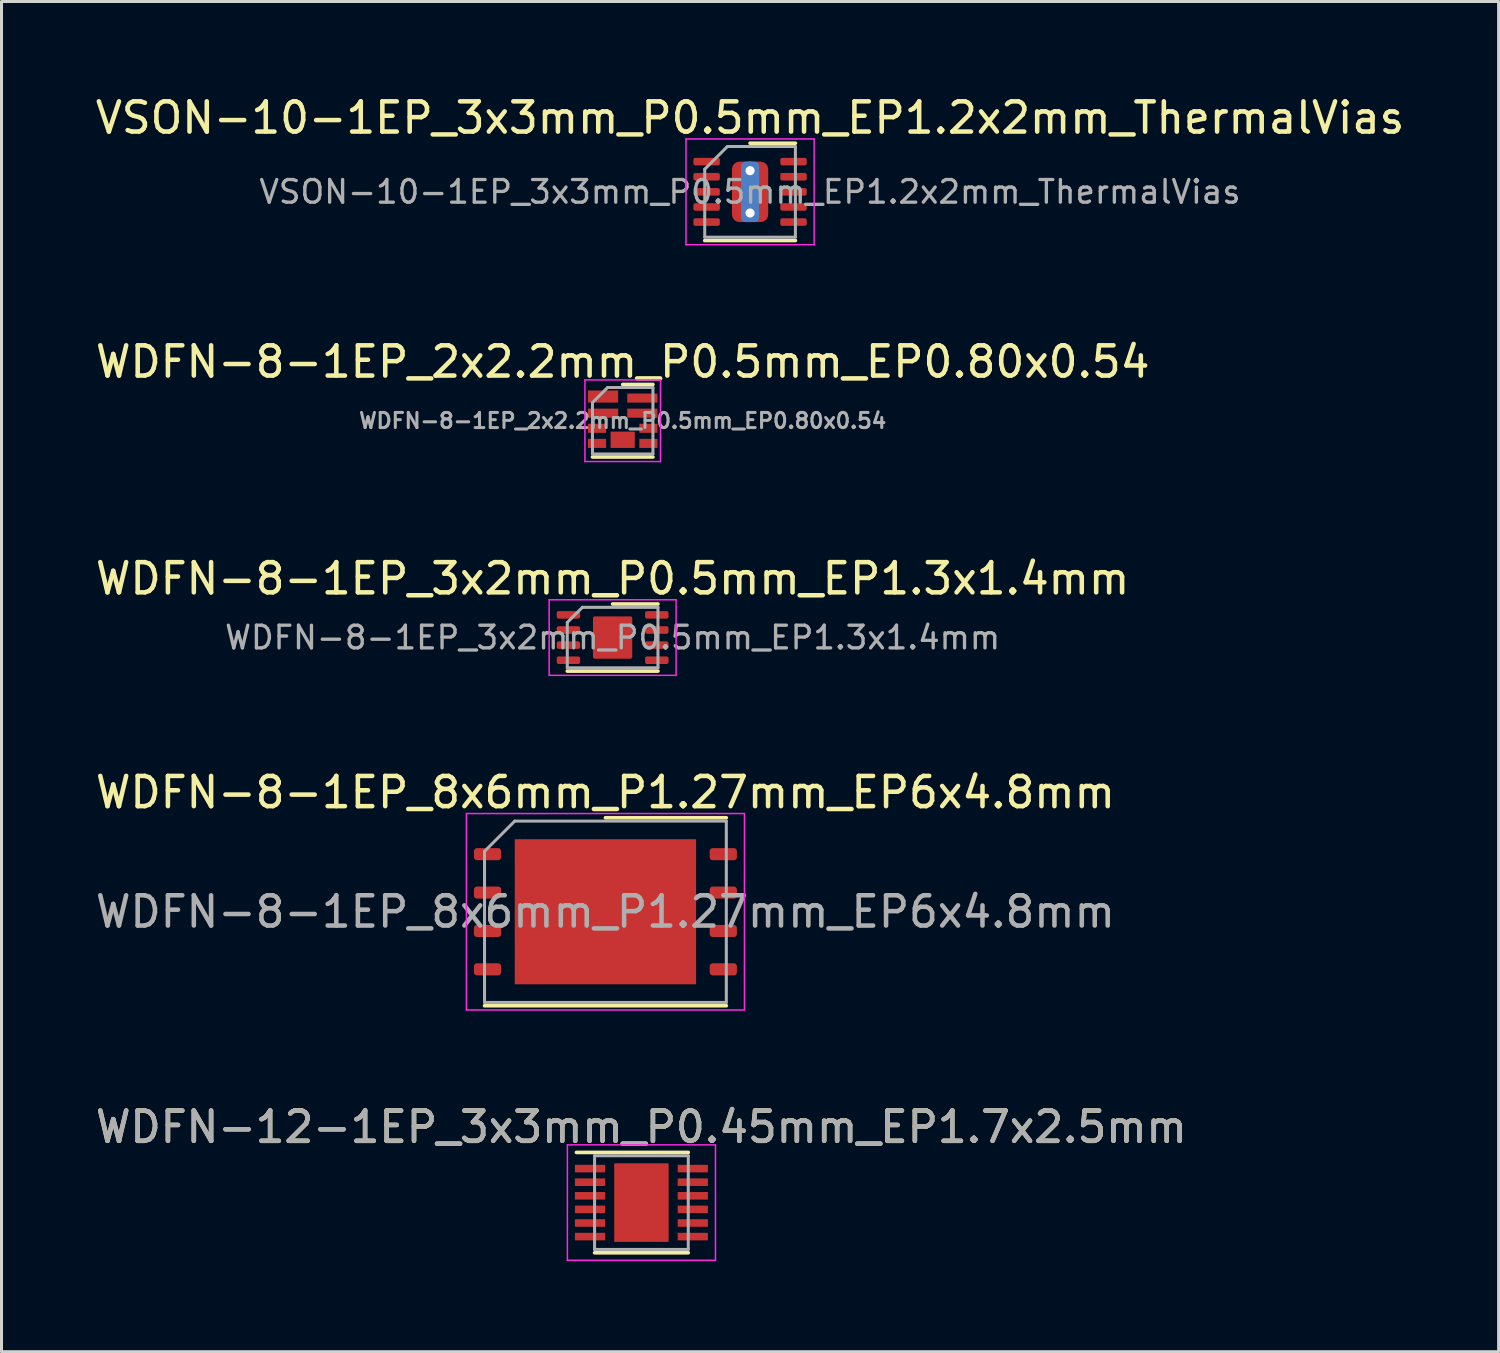
<source format=kicad_pcb>
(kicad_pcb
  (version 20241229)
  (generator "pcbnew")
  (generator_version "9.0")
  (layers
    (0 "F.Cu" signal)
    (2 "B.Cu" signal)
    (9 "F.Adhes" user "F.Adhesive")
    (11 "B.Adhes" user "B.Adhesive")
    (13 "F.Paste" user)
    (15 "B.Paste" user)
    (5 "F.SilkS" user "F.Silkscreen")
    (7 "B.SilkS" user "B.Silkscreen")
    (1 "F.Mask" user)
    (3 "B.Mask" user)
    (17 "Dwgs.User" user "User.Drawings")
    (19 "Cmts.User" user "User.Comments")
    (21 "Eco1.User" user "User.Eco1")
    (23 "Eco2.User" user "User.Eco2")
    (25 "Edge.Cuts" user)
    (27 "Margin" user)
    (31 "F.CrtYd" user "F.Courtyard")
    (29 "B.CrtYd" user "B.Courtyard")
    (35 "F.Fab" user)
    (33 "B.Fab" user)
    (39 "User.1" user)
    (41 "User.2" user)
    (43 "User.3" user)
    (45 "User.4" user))
  (footprint "WDFN-8-1EP_8x6mm_P1.27mm_EP6x4.8mm"
    (layer "F.Cu")
    (at 16.982 27.118)
    (property "Reference" "WDFN-8-1EP_8x6mm_P1.27mm_EP6x4.8mm" (at 0 -3.95 0) (layer "F.SilkS") (effects (font (size 1 1) (thickness 0.15))))
    (attr smd)
    (fp_line (start -4 3.11) (end 4 3.11) (stroke (width 0.12) (type solid)) (layer "F.SilkS"))
    (fp_line (start 0 -3.11) (end 4 -3.11) (stroke (width 0.12) (type solid)) (layer "F.SilkS"))
    (fp_line (start -4.6 -3.25) (end -4.6 3.25) (stroke (width 0.05) (type solid)) (layer "F.CrtYd"))
    (fp_line (start -4.6 3.25) (end 4.6 3.25) (stroke (width 0.05) (type solid)) (layer "F.CrtYd"))
    (fp_line (start 4.6 -3.25) (end -4.6 -3.25) (stroke (width 0.05) (type solid)) (layer "F.CrtYd"))
    (fp_line (start 4.6 3.25) (end 4.6 -3.25) (stroke (width 0.05) (type solid)) (layer "F.CrtYd"))
    (fp_line (start -4 -2) (end -3 -3) (stroke (width 0.1) (type solid)) (layer "F.Fab"))
    (fp_line (start -4 3) (end -4 -2) (stroke (width 0.1) (type solid)) (layer "F.Fab"))
    (fp_line (start -3 -3) (end 4 -3) (stroke (width 0.1) (type solid)) (layer "F.Fab"))
    (fp_line (start 4 -3) (end 4 3) (stroke (width 0.1) (type solid)) (layer "F.Fab"))
    (fp_line (start 4 3) (end -4 3) (stroke (width 0.1) (type solid)) (layer "F.Fab"))
    (fp_text user "${REFERENCE}" (at 0 0 0) (layer "F.Fab") (effects (font (size 1 1) (thickness 0.15))))
    (pad "" smd roundrect (at -1.5 -1.2) (size 2.42 1.93) (layers "F.Paste") (roundrect_rratio 0.13))
    (pad "" smd roundrect (at -1.5 1.2) (size 2.42 1.93) (layers "F.Paste") (roundrect_rratio 0.13))
    (pad "" smd roundrect (at 1.5 -1.2) (size 2.42 1.93) (layers "F.Paste") (roundrect_rratio 0.13))
    (pad "" smd roundrect (at 1.5 1.2) (size 2.42 1.93) (layers "F.Paste") (roundrect_rratio 0.13))
    (pad "1" smd roundrect (at -3.9 -1.905) (size 0.9 0.4) (layers "F.Cu" "F.Mask" "F.Paste") (roundrect_rratio 0.25))
    (pad "2" smd roundrect (at -3.9 -0.635) (size 0.9 0.4) (layers "F.Cu" "F.Mask" "F.Paste") (roundrect_rratio 0.25))
    (pad "3" smd roundrect (at -3.9 0.635) (size 0.9 0.4) (layers "F.Cu" "F.Mask" "F.Paste") (roundrect_rratio 0.25))
    (pad "4" smd roundrect (at -3.9 1.905) (size 0.9 0.4) (layers "F.Cu" "F.Mask" "F.Paste") (roundrect_rratio 0.25))
    (pad "5" smd roundrect (at 3.9 1.905) (size 0.9 0.4) (layers "F.Cu" "F.Mask" "F.Paste") (roundrect_rratio 0.25))
    (pad "6" smd roundrect (at 3.9 0.635) (size 0.9 0.4) (layers "F.Cu" "F.Mask" "F.Paste") (roundrect_rratio 0.25))
    (pad "7" smd roundrect (at 3.9 -0.635) (size 0.9 0.4) (layers "F.Cu" "F.Mask" "F.Paste") (roundrect_rratio 0.25))
    (pad "8" smd roundrect (at 3.9 -1.905) (size 0.9 0.4) (layers "F.Cu" "F.Mask" "F.Paste") (roundrect_rratio 0.25))
    (pad "9" smd rect (at 0 0) (size 6 4.8) (layers "F.Cu" "F.Mask")))
  (footprint "WDFN-8-1EP_3x2mm_P0.5mm_EP1.3x1.4mm"
    (layer "F.Cu")
    (at 17.22 18.045)
    (property "Reference" "WDFN-8-1EP_3x2mm_P0.5mm_EP1.3x1.4mm" (at 0 -1.95 0) (layer "F.SilkS") (effects (font (size 1 1) (thickness 0.15))))
    (attr smd)
    (fp_line (start -1.5 1.11) (end 1.5 1.11) (stroke (width 0.12) (type solid)) (layer "F.SilkS"))
    (fp_line (start 0 -1.11) (end 1.5 -1.11) (stroke (width 0.12) (type solid)) (layer "F.SilkS"))
    (fp_line (start -2.1 -1.25) (end -2.1 1.25) (stroke (width 0.05) (type solid)) (layer "F.CrtYd"))
    (fp_line (start -2.1 1.25) (end 2.1 1.25) (stroke (width 0.05) (type solid)) (layer "F.CrtYd"))
    (fp_line (start 2.1 -1.25) (end -2.1 -1.25) (stroke (width 0.05) (type solid)) (layer "F.CrtYd"))
    (fp_line (start 2.1 1.25) (end 2.1 -1.25) (stroke (width 0.05) (type solid)) (layer "F.CrtYd"))
    (fp_line (start -1.5 -0.5) (end -1 -1) (stroke (width 0.1) (type solid)) (layer "F.Fab"))
    (fp_line (start -1.5 1) (end -1.5 -0.5) (stroke (width 0.1) (type solid)) (layer "F.Fab"))
    (fp_line (start -1 -1) (end 1.5 -1) (stroke (width 0.1) (type solid)) (layer "F.Fab"))
    (fp_line (start 1.5 -1) (end 1.5 1) (stroke (width 0.1) (type solid)) (layer "F.Fab"))
    (fp_line (start 1.5 1) (end -1.5 1) (stroke (width 0.1) (type solid)) (layer "F.Fab"))
    (fp_text user "${REFERENCE}" (at 0 0 0) (layer "F.Fab") (effects (font (size 0.75 0.75) (thickness 0.11))))
    (pad "" smd roundrect (at -0.325 -0.35) (size 0.52 0.56) (layers "F.Paste") (roundrect_rratio 0.25))
    (pad "" smd roundrect (at -0.325 0.35) (size 0.52 0.56) (layers "F.Paste") (roundrect_rratio 0.25))
    (pad "" smd roundrect (at 0.325 -0.35) (size 0.52 0.56) (layers "F.Paste") (roundrect_rratio 0.25))
    (pad "" smd roundrect (at 0.325 0.35) (size 0.52 0.56) (layers "F.Paste") (roundrect_rratio 0.25))
    (pad "1" smd roundrect (at -1.462 -0.75) (size 0.775 0.25) (layers "F.Cu" "F.Mask" "F.Paste") (roundrect_rratio 0.25))
    (pad "2" smd roundrect (at -1.462 -0.25) (size 0.775 0.25) (layers "F.Cu" "F.Mask" "F.Paste") (roundrect_rratio 0.25))
    (pad "3" smd roundrect (at -1.462 0.25) (size 0.775 0.25) (layers "F.Cu" "F.Mask" "F.Paste") (roundrect_rratio 0.25))
    (pad "4" smd roundrect (at -1.462 0.75) (size 0.775 0.25) (layers "F.Cu" "F.Mask" "F.Paste") (roundrect_rratio 0.25))
    (pad "5" smd roundrect (at 1.462 0.75) (size 0.775 0.25) (layers "F.Cu" "F.Mask" "F.Paste") (roundrect_rratio 0.25))
    (pad "6" smd roundrect (at 1.462 0.25) (size 0.775 0.25) (layers "F.Cu" "F.Mask" "F.Paste") (roundrect_rratio 0.25))
    (pad "7" smd roundrect (at 1.462 -0.25) (size 0.775 0.25) (layers "F.Cu" "F.Mask" "F.Paste") (roundrect_rratio 0.25))
    (pad "8" smd roundrect (at 1.462 -0.75) (size 0.775 0.25) (layers "F.Cu" "F.Mask" "F.Paste") (roundrect_rratio 0.25))
    (pad "9" smd roundrect (at 0 0) (size 1.3 1.4) (layers "F.Cu" "F.Mask") (roundrect_rratio 0.048)))
  (footprint "WDFN-12-1EP_3x3mm_P0.45mm_EP1.7x2.5mm"
    (layer "F.Cu")
    (at 18.173 36.741)
    (property "Reference" "WDFN-12-1EP_3x3mm_P0.45mm_EP1.7x2.5mm" (at 0 -2.5 0) (layer "F.SilkS") (effects (font (size 1 1) (thickness 0.15))))
    (attr smd)
    (fp_line (start -2.15 -1.66) (end 1.55 -1.66) (stroke (width 0.12) (type solid)) (layer "F.SilkS"))
    (fp_line (start -1.55 1.66) (end 1.55 1.66) (stroke (width 0.12) (type solid)) (layer "F.SilkS"))
    (fp_line (start -2.45 -1.91) (end -2.45 1.91) (stroke (width 0.05) (type solid)) (layer "F.CrtYd"))
    (fp_line (start -2.45 -1.91) (end 2.45 -1.91) (stroke (width 0.05) (type solid)) (layer "F.CrtYd"))
    (fp_line (start -2.45 1.91) (end 2.45 1.91) (stroke (width 0.05) (type solid)) (layer "F.CrtYd"))
    (fp_line (start 2.45 -1.91) (end 2.45 1.91) (stroke (width 0.05) (type solid)) (layer "F.CrtYd"))
    (fp_line (start -1.55 -1.55) (end -1.55 1.55) (stroke (width 0.1) (type solid)) (layer "F.Fab"))
    (fp_line (start -1.55 -1.55) (end 1.55 -1.55) (stroke (width 0.1) (type solid)) (layer "F.Fab"))
    (fp_line (start -1.55 1.55) (end 1.55 1.55) (stroke (width 0.1) (type solid)) (layer "F.Fab"))
    (fp_line (start 1.55 1.55) (end 1.55 -1.55) (stroke (width 0.1) (type solid)) (layer "F.Fab"))
    (fp_text user "${REFERENCE}" (at 0 -2.5 0) (layer "F.Fab") (effects (font (size 1 1) (thickness 0.15))))
    (pad "1" smd rect (at -1.7 -1.125) (size 1 0.25) (layers "F.Cu" "F.Mask" "F.Paste"))
    (pad "2" smd rect (at -1.7 -0.675) (size 1 0.25) (layers "F.Cu" "F.Mask" "F.Paste"))
    (pad "3" smd rect (at -1.7 -0.225) (size 1 0.25) (layers "F.Cu" "F.Mask" "F.Paste"))
    (pad "4" smd rect (at -1.7 0.225) (size 1 0.25) (layers "F.Cu" "F.Mask" "F.Paste"))
    (pad "5" smd rect (at -1.7 0.675) (size 1 0.25) (layers "F.Cu" "F.Mask" "F.Paste"))
    (pad "6" smd rect (at -1.7 1.125) (size 1 0.25) (layers "F.Cu" "F.Mask" "F.Paste"))
    (pad "7" smd rect (at 1.7 1.125) (size 1 0.25) (layers "F.Cu" "F.Mask" "F.Paste"))
    (pad "8" smd rect (at 1.7 0.675) (size 1 0.25) (layers "F.Cu" "F.Mask" "F.Paste"))
    (pad "9" smd rect (at 1.7 0.225) (size 1 0.25) (layers "F.Cu" "F.Mask" "F.Paste"))
    (pad "10" smd rect (at 1.7 -0.225) (size 1 0.25) (layers "F.Cu" "F.Mask" "F.Paste"))
    (pad "11" smd rect (at 1.7 -0.675) (size 1 0.25) (layers "F.Cu" "F.Mask" "F.Paste"))
    (pad "12" smd rect (at 1.7 -1.125) (size 1 0.25) (layers "F.Cu" "F.Mask" "F.Paste"))
    (pad "13" smd rect (at 0 0) (size 1.8 2.6) (layers "F.Cu" "F.Mask" "F.Paste")))
  (footprint "VSON-10-1EP_3x3mm_P0.5mm_EP1.2x2mm_ThermalVias"
    (layer "F.Cu")
    (at 21.768 3.298)
    (property "Reference" "VSON-10-1EP_3x3mm_P0.5mm_EP1.2x2mm_ThermalVias" (at 0 -2.45 0) (layer "F.SilkS") (effects (font (size 1 1) (thickness 0.15))))
    (attr smd)
    (fp_line (start -1.5 1.61) (end 1.5 1.61) (stroke (width 0.12) (type solid)) (layer "F.SilkS"))
    (fp_line (start 0 -1.61) (end 1.5 -1.61) (stroke (width 0.12) (type solid)) (layer "F.SilkS"))
    (fp_line (start -2.12 -1.75) (end -2.12 1.75) (stroke (width 0.05) (type solid)) (layer "F.CrtYd"))
    (fp_line (start -2.12 1.75) (end 2.12 1.75) (stroke (width 0.05) (type solid)) (layer "F.CrtYd"))
    (fp_line (start 2.12 -1.75) (end -2.12 -1.75) (stroke (width 0.05) (type solid)) (layer "F.CrtYd"))
    (fp_line (start 2.12 1.75) (end 2.12 -1.75) (stroke (width 0.05) (type solid)) (layer "F.CrtYd"))
    (fp_line (start -1.5 -0.75) (end -0.75 -1.5) (stroke (width 0.1) (type solid)) (layer "F.Fab"))
    (fp_line (start -1.5 1.5) (end -1.5 -0.75) (stroke (width 0.1) (type solid)) (layer "F.Fab"))
    (fp_line (start -0.75 -1.5) (end 1.5 -1.5) (stroke (width 0.1) (type solid)) (layer "F.Fab"))
    (fp_line (start 1.5 -1.5) (end 1.5 1.5) (stroke (width 0.1) (type solid)) (layer "F.Fab"))
    (fp_line (start 1.5 1.5) (end -1.5 1.5) (stroke (width 0.1) (type solid)) (layer "F.Fab"))
    (fp_text user "${REFERENCE}" (at 0 0 0) (layer "F.Fab") (effects (font (size 0.75 0.75) (thickness 0.11))))
    (pad "" smd roundrect (at -0.3 -0.5) (size 0.52 0.87) (layers "F.Paste") (roundrect_rratio 0.25))
    (pad "" smd roundrect (at -0.3 0.5) (size 0.52 0.87) (layers "F.Paste") (roundrect_rratio 0.25))
    (pad "" smd roundrect (at 0.3 -0.5) (size 0.52 0.87) (layers "F.Paste") (roundrect_rratio 0.25))
    (pad "" smd roundrect (at 0.3 0.5) (size 0.52 0.87) (layers "F.Paste") (roundrect_rratio 0.25))
    (pad "1" smd roundrect (at -1.438 -1) (size 0.875 0.25) (layers "F.Cu" "F.Mask" "F.Paste") (roundrect_rratio 0.25))
    (pad "2" smd roundrect (at -1.438 -0.5) (size 0.875 0.25) (layers "F.Cu" "F.Mask" "F.Paste") (roundrect_rratio 0.25))
    (pad "3" smd roundrect (at -1.438 0) (size 0.875 0.25) (layers "F.Cu" "F.Mask" "F.Paste") (roundrect_rratio 0.25))
    (pad "4" smd roundrect (at -1.438 0.5) (size 0.875 0.25) (layers "F.Cu" "F.Mask" "F.Paste") (roundrect_rratio 0.25))
    (pad "5" smd roundrect (at -1.438 1) (size 0.875 0.25) (layers "F.Cu" "F.Mask" "F.Paste") (roundrect_rratio 0.25))
    (pad "6" smd roundrect (at 1.438 1) (size 0.875 0.25) (layers "F.Cu" "F.Mask" "F.Paste") (roundrect_rratio 0.25))
    (pad "7" smd roundrect (at 1.438 0.5) (size 0.875 0.25) (layers "F.Cu" "F.Mask" "F.Paste") (roundrect_rratio 0.25))
    (pad "8" smd roundrect (at 1.438 0) (size 0.875 0.25) (layers "F.Cu" "F.Mask" "F.Paste") (roundrect_rratio 0.25))
    (pad "9" smd roundrect (at 1.438 -0.5) (size 0.875 0.25) (layers "F.Cu" "F.Mask" "F.Paste") (roundrect_rratio 0.25))
    (pad "10" smd roundrect (at 1.438 -1) (size 0.875 0.25) (layers "F.Cu" "F.Mask" "F.Paste") (roundrect_rratio 0.25))
    (pad "11" thru_hole circle (at 0 -0.7) (size 0.6 0.6) (drill 0.3) (layers "*.Cu"))
    (pad "11" smd roundrect (at 0 0) (size 0.6 2) (layers "B.Cu") (roundrect_rratio 0.25))
    (pad "11" smd roundrect (at 0 0) (size 1.2 2) (layers "F.Cu" "F.Mask") (roundrect_rratio 0.208))
    (pad "11" thru_hole circle (at 0 0.7) (size 0.6 0.6) (drill 0.3) (layers "*.Cu")))
  (footprint "WDFN-8-1EP_2x2.2mm_P0.5mm_EP0.80x0.54"
    (layer "F.Cu")
    (at 17.554 10.871)
    (property "Reference" "WDFN-8-1EP_2x2.2mm_P0.5mm_EP0.80x0.54" (at 0 -1.95 0) (layer "F.SilkS") (effects (font (size 1 1) (thickness 0.15))))
    (attr smd)
    (fp_line (start -1 1.2) (end 1 1.2) (stroke (width 0.12) (type solid)) (layer "F.SilkS"))
    (fp_line (start 0 -1.2) (end 1 -1.2) (stroke (width 0.12) (type solid)) (layer "F.SilkS"))
    (fp_line (start -1.25 -1.35) (end -1.25 1.35) (stroke (width 0.05) (type solid)) (layer "F.CrtYd"))
    (fp_line (start -1.25 -1.35) (end 1.25 -1.35) (stroke (width 0.05) (type solid)) (layer "F.CrtYd"))
    (fp_line (start -1.25 1.35) (end 1.25 1.35) (stroke (width 0.05) (type solid)) (layer "F.CrtYd"))
    (fp_line (start 1.25 -1.35) (end 1.25 1.35) (stroke (width 0.05) (type solid)) (layer "F.CrtYd"))
    (fp_line (start -1 -0.6) (end -0.5 -1.1) (stroke (width 0.1) (type solid)) (layer "F.Fab"))
    (fp_line (start -1 1.1) (end -1 -0.6) (stroke (width 0.1) (type solid)) (layer "F.Fab"))
    (fp_line (start -0.5 -1.1) (end 1 -1.1) (stroke (width 0.1) (type solid)) (layer "F.Fab"))
    (fp_line (start 1 -1.1) (end 1 1.1) (stroke (width 0.1) (type solid)) (layer "F.Fab"))
    (fp_line (start 1 1.1) (end -1 1.1) (stroke (width 0.1) (type solid)) (layer "F.Fab"))
    (fp_text user "${REFERENCE}" (at 0 0 0) (layer "F.Fab") (effects (font (size 0.5 0.5) (thickness 0.1))))
    (pad "1" smd rect (at -0.65 -0.8) (size 1 0.4) (layers "F.Cu" "F.Mask" "F.Paste"))
    (pad "2" smd rect (at -0.65 -0.25) (size 1 0.3) (layers "F.Cu" "F.Mask" "F.Paste"))
    (pad "3" smd rect (at -0.85 0.25) (size 0.6 0.3) (layers "F.Cu" "F.Mask" "F.Paste"))
    (pad "4" smd rect (at -0.85 0.75) (size 0.6 0.3) (layers "F.Cu" "F.Mask" "F.Paste"))
    (pad "5" smd rect (at 0.85 0.75) (size 0.6 0.3) (layers "F.Cu" "F.Mask" "F.Paste"))
    (pad "6" smd rect (at 0.85 0.25) (size 0.6 0.3) (layers "F.Cu" "F.Mask" "F.Paste"))
    (pad "7" smd rect (at 0.65 -0.25) (size 1 0.3) (layers "F.Cu" "F.Mask" "F.Paste"))
    (pad "8" smd rect (at 0.65 -0.75) (size 1 0.3) (layers "F.Cu" "F.Mask" "F.Paste"))
    (pad "9" smd rect (at 0 0.63) (size 0.8 0.54) (layers "F.Cu" "F.Mask" "F.Paste")))
  (gr_rect
    (start -3 -3)
    (end 46.536 41.676)
    (stroke (width 0.1) (type default))
    (fill no)
    (layer "Edge.Cuts")))
</source>
